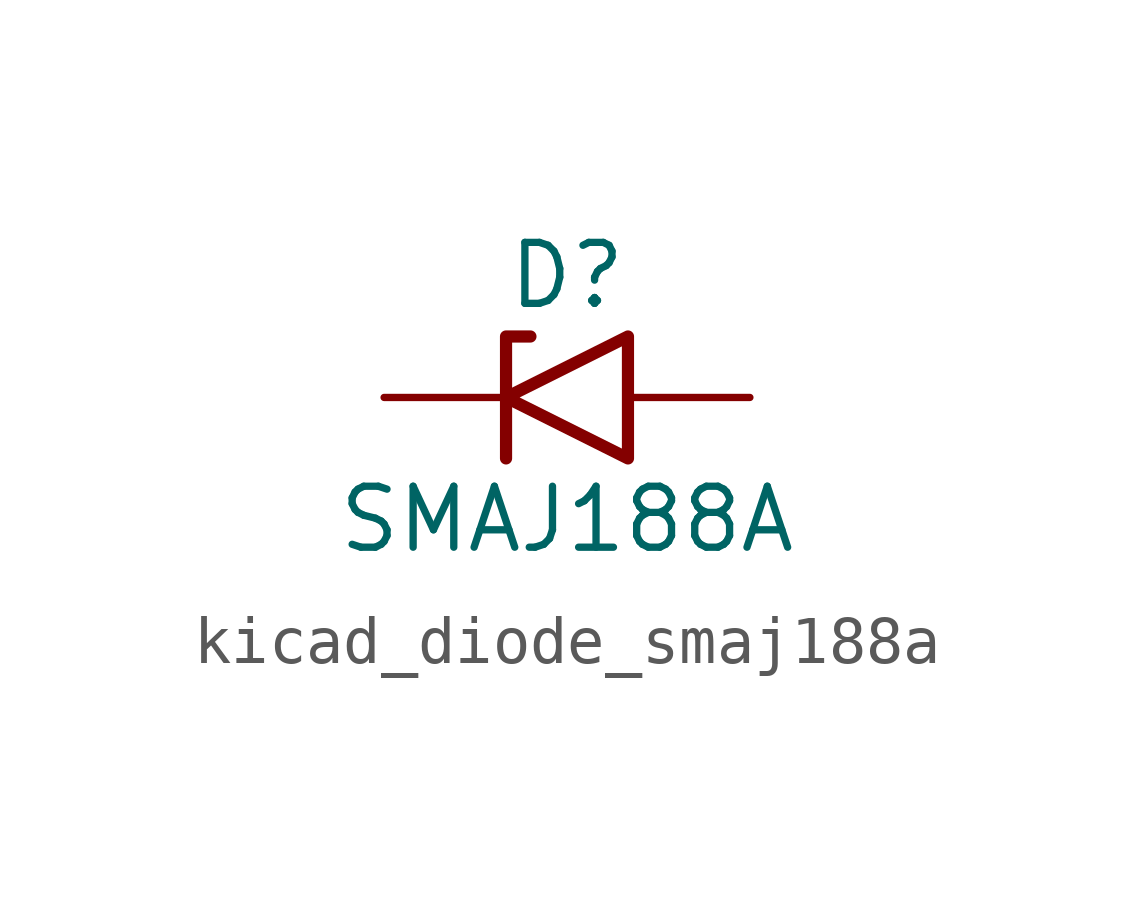
<source format=kicad_sym>
(kicad_symbol_lib
  (version 20220914)
  (generator kicad_symbol_editor)
  (symbol "kicad_diode_smaj188a"
    (pin_numbers hide)
    (pin_names
      (offset 1.016) hide)
    (property "Reference" "D"
      (at 0 2.54 0)
      (effects (font (size 1.27 1.27))))
    (property "Value" "SMAJ188A"
      (at 0 -2.54 0)
      (effects (font (size 1.27 1.27))))
    (symbol "kicad_diode_smaj188a_0_1"
      (polyline (pts (xy -0.762 1.27) (xy -1.27 1.27) (xy -1.27 -1.27)) (stroke (width 0.254) (type default)) (fill (type none)))
      (polyline (pts (xy 1.27 1.27) (xy 1.27 -1.27) (xy -1.27 0) (xy 1.27 1.27)) (stroke (width 0.254) (type default)) (fill (type none))))
    (symbol "kicad_diode_smaj188a_1_1"
      (pin passive line (at -3.81 0 0) (length 2.54) (name "A1" (effects (font (size 1.27 1.27)))) (number "1" (effects (font (size 1.27 1.27)))))
      (pin passive line (at 3.81 0 180) (length 2.54) (name "A2" (effects (font (size 1.27 1.27)))) (number "2" (effects (font (size 1.27 1.27))))))))
</source>
